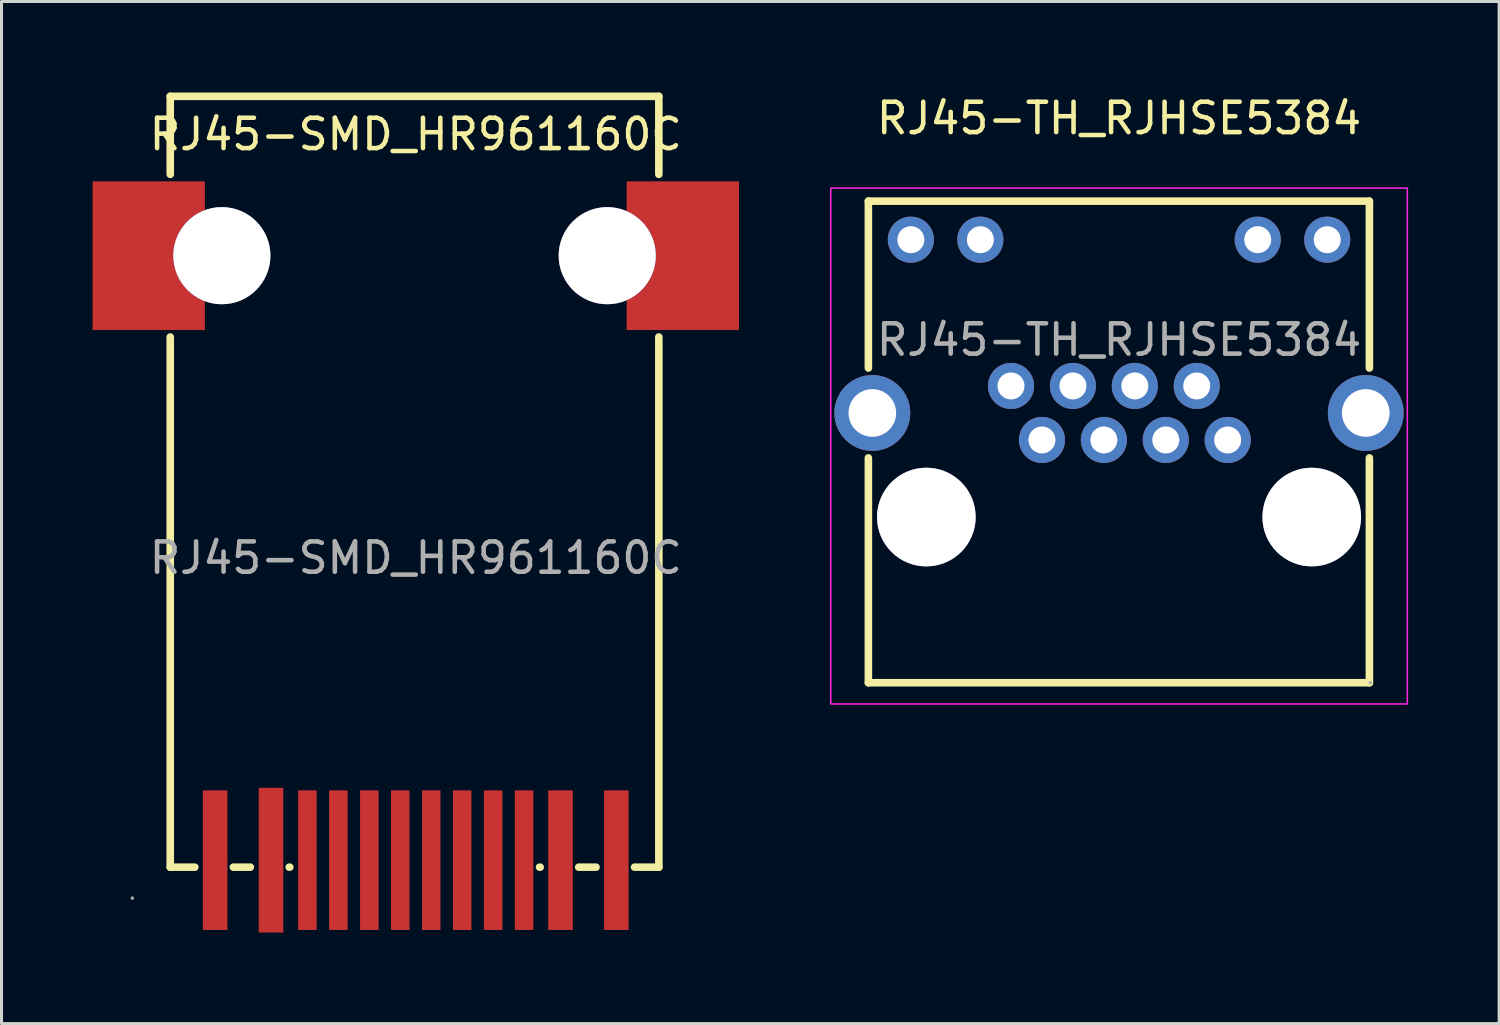
<source format=kicad_pcb>
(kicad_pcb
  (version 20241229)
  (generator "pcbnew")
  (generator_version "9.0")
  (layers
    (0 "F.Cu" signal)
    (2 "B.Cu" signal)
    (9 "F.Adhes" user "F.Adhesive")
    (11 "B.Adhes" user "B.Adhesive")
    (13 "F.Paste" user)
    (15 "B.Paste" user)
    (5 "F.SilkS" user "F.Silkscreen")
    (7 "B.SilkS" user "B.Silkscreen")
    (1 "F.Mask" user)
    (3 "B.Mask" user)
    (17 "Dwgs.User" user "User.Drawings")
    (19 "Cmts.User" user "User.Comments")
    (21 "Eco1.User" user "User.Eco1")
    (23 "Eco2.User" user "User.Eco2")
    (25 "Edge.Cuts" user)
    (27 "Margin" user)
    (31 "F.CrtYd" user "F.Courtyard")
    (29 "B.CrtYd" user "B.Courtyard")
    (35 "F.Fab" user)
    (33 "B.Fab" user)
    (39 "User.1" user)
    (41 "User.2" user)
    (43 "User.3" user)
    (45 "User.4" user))
  (footprint "RJ45-SMD_HR961160C"
    (layer "F.Cu")
    (at 10.65 15.335)
    (property "Reference" "RJ45-SMD_HR961160C" (at 0 -13.96 0) (layer "F.SilkS") (effects (font (size 1 1) (thickness 0.15))))
    (attr smd)
    (fp_line (start -8.09 -15.21) (end -8.09 -12.64) (stroke (width 0.25) (type solid)) (layer "F.SilkS"))
    (fp_line (start -8.09 -15.21) (end 8.01 -15.21) (stroke (width 0.25) (type solid)) (layer "F.SilkS"))
    (fp_line (start -8.09 -7.28) (end -8.09 10.19) (stroke (width 0.25) (type solid)) (layer "F.SilkS"))
    (fp_line (start -8.09 10.19) (end -7.28 10.19) (stroke (width 0.25) (type solid)) (layer "F.SilkS"))
    (fp_line (start -6.01 10.19) (end -5.45 10.19) (stroke (width 0.25) (type solid)) (layer "F.SilkS"))
    (fp_line (start -4.17 10.19) (end -4.15 10.19) (stroke (width 0.25) (type solid)) (layer "F.SilkS"))
    (fp_line (start 4.08 10.19) (end 4.1 10.19) (stroke (width 0.25) (type solid)) (layer "F.SilkS"))
    (fp_line (start 5.37 10.19) (end 5.94 10.19) (stroke (width 0.25) (type solid)) (layer "F.SilkS"))
    (fp_line (start 7.21 10.19) (end 8.01 10.19) (stroke (width 0.25) (type solid)) (layer "F.SilkS"))
    (fp_line (start 8.01 -12.64) (end 8.01 -15.21) (stroke (width 0.25) (type solid)) (layer "F.SilkS"))
    (fp_line (start 8.01 10.19) (end 8.01 -7.28) (stroke (width 0.25) (type solid)) (layer "F.SilkS"))
    (fp_circle (center -6.39 -9.96) (end -5.71 -9.96) (stroke (width 1.35) (type solid)) (fill no) (layer "Cmts.User"))
    (fp_circle (center 6.31 -9.96) (end 6.99 -9.96) (stroke (width 1.35) (type solid)) (fill no) (layer "Cmts.User"))
    (fp_circle (center -9.34 11.21) (end -9.31 11.21) (stroke (width 0.06) (type solid)) (fill no) (layer "F.Fab"))
    (fp_text user "${REFERENCE}" (at 0 0 0) (layer "F.Fab") (effects (font (size 1 1) (thickness 0.15))))
    (pad "" thru_hole circle (at -6.39 -9.96) (size 3.2 3.2) (drill 3.2) (layers "*.Cu" "*.Mask"))
    (pad "" thru_hole circle (at 6.31 -9.96) (size 3.2 3.2) (drill 3.2) (layers "*.Cu" "*.Mask"))
    (pad "1" smd rect (at -6.61 9.96) (size 0.81 4.6) (layers "F.Cu" "F.Mask" "F.Paste"))
    (pad "2" smd rect (at -4.77 9.96) (size 0.81 4.77) (layers "F.Cu" "F.Mask" "F.Paste"))
    (pad "3" smd rect (at -3.57 9.96) (size 0.61 4.6) (layers "F.Cu" "F.Mask" "F.Paste"))
    (pad "4" smd rect (at -2.55 9.96) (size 0.61 4.6) (layers "F.Cu" "F.Mask" "F.Paste"))
    (pad "5" smd rect (at -1.53 9.96) (size 0.61 4.6) (layers "F.Cu" "F.Mask" "F.Paste"))
    (pad "6" smd rect (at -0.51 9.96) (size 0.61 4.6) (layers "F.Cu" "F.Mask" "F.Paste"))
    (pad "7" smd rect (at 0.51 9.96) (size 0.61 4.6) (layers "F.Cu" "F.Mask" "F.Paste"))
    (pad "8" smd rect (at 1.53 9.96) (size 0.61 4.6) (layers "F.Cu" "F.Mask" "F.Paste"))
    (pad "9" smd rect (at 2.55 9.96) (size 0.61 4.6) (layers "F.Cu" "F.Mask" "F.Paste"))
    (pad "10" smd rect (at 3.57 9.96) (size 0.61 4.6) (layers "F.Cu" "F.Mask" "F.Paste"))
    (pad "11" smd rect (at 4.77 9.96) (size 0.81 4.6) (layers "F.Cu" "F.Mask" "F.Paste"))
    (pad "12" smd rect (at 6.61 9.96) (size 0.81 4.6) (layers "F.Cu" "F.Mask" "F.Paste"))
    (pad "13" smd rect (at 8.8 -9.96) (size 3.7 4.9) (layers "F.Cu" "F.Mask" "F.Paste"))
    (pad "14" smd rect (at -8.8 -9.96) (size 3.7 4.9) (layers "F.Cu" "F.Mask" "F.Paste")))
  (footprint "RJ45-TH_RJHSE5384"
    (layer "F.Cu")
    (at 33.825 8.148)
    (property "Reference" "RJ45-TH_RJHSE5384" (at 0 -7.3 0) (layer "F.SilkS") (effects (font (size 1 1) (thickness 0.15))))
    (attr through_hole)
    (fp_line (start -8.26 0.93) (end -8.26 -4.57) (stroke (width 0.25) (type solid)) (layer "F.SilkS"))
    (fp_line (start -8.26 11.3) (end -8.26 3.89) (stroke (width 0.25) (type solid)) (layer "F.SilkS"))
    (fp_line (start 8.25 -4.57) (end -8.26 -4.57) (stroke (width 0.25) (type solid)) (layer "F.SilkS"))
    (fp_line (start 8.25 0.93) (end 8.25 -4.57) (stroke (width 0.25) (type solid)) (layer "F.SilkS"))
    (fp_line (start 8.25 11.3) (end -8.26 11.3) (stroke (width 0.25) (type solid)) (layer "F.SilkS"))
    (fp_line (start 8.25 11.3) (end 8.25 3.89) (stroke (width 0.25) (type solid)) (layer "F.SilkS"))
    (fp_circle (center -6.35 5.84) (end -5.6 5.84) (stroke (width 1.5) (type solid)) (fill no) (layer "Cmts.User"))
    (fp_circle (center 6.35 5.84) (end 7.1 5.84) (stroke (width 1.5) (type solid)) (fill no) (layer "Cmts.User"))
    (fp_rect (start -9.5 -5) (end 9.5 12) (stroke (width 0.05) (type default)) (fill no) (layer "F.CrtYd"))
    (fp_circle (center 8.28 11.3) (end 8.31 11.3) (stroke (width 0.06) (type solid)) (fill no) (layer "F.Fab"))
    (fp_text user "${REFERENCE}" (at 0 0 0) (layer "F.Fab") (effects (font (size 1 1) (thickness 0.15))))
    (pad "" thru_hole circle (at -6.35 5.84) (size 3.25 3.25) (drill 3.25) (layers "*.Cu" "*.Mask"))
    (pad "" thru_hole circle (at 6.35 5.84) (size 3.25 3.25) (drill 3.25) (layers "*.Cu" "*.Mask"))
    (pad "1" thru_hole circle (at 3.58 3.3) (size 1.52 1.52) (drill 0.89) (layers "*.Cu" "*.Mask"))
    (pad "2" thru_hole circle (at 2.56 1.52) (size 1.52 1.52) (drill 0.89) (layers "*.Cu" "*.Mask"))
    (pad "3" thru_hole circle (at 1.54 3.3) (size 1.52 1.52) (drill 0.89) (layers "*.Cu" "*.Mask"))
    (pad "4" thru_hole circle (at 0.52 1.52) (size 1.52 1.52) (drill 0.89) (layers "*.Cu" "*.Mask"))
    (pad "5" thru_hole circle (at -0.5 3.3) (size 1.52 1.52) (drill 0.89) (layers "*.Cu" "*.Mask"))
    (pad "6" thru_hole circle (at -1.52 1.52) (size 1.52 1.52) (drill 0.89) (layers "*.Cu" "*.Mask"))
    (pad "7" thru_hole circle (at -2.54 3.3) (size 1.52 1.52) (drill 0.89) (layers "*.Cu" "*.Mask"))
    (pad "8" thru_hole circle (at -3.56 1.52) (size 1.52 1.52) (drill 0.89) (layers "*.Cu" "*.Mask"))
    (pad "9" thru_hole circle (at 6.86 -3.3) (size 1.52 1.52) (drill 0.89) (layers "*.Cu" "*.Mask"))
    (pad "10" thru_hole circle (at 4.57 -3.3) (size 1.52 1.52) (drill 0.89) (layers "*.Cu" "*.Mask"))
    (pad "11" thru_hole circle (at -4.57 -3.3) (size 1.52 1.52) (drill 0.89) (layers "*.Cu" "*.Mask"))
    (pad "12" thru_hole circle (at -6.86 -3.3) (size 1.52 1.52) (drill 0.89) (layers "*.Cu" "*.Mask"))
    (pad "13" thru_hole circle (at -8.13 2.41) (size 2.5 2.5) (drill 1.57) (layers "*.Cu" "*.Mask"))
    (pad "14" thru_hole circle (at 8.13 2.41) (size 2.5 2.5) (drill 1.57) (layers "*.Cu" "*.Mask")))
  (gr_rect
    (start -3 -3)
    (end 46.35 30.68)
    (stroke (width 0.1) (type default))
    (fill no)
    (layer "Edge.Cuts")))
</source>
